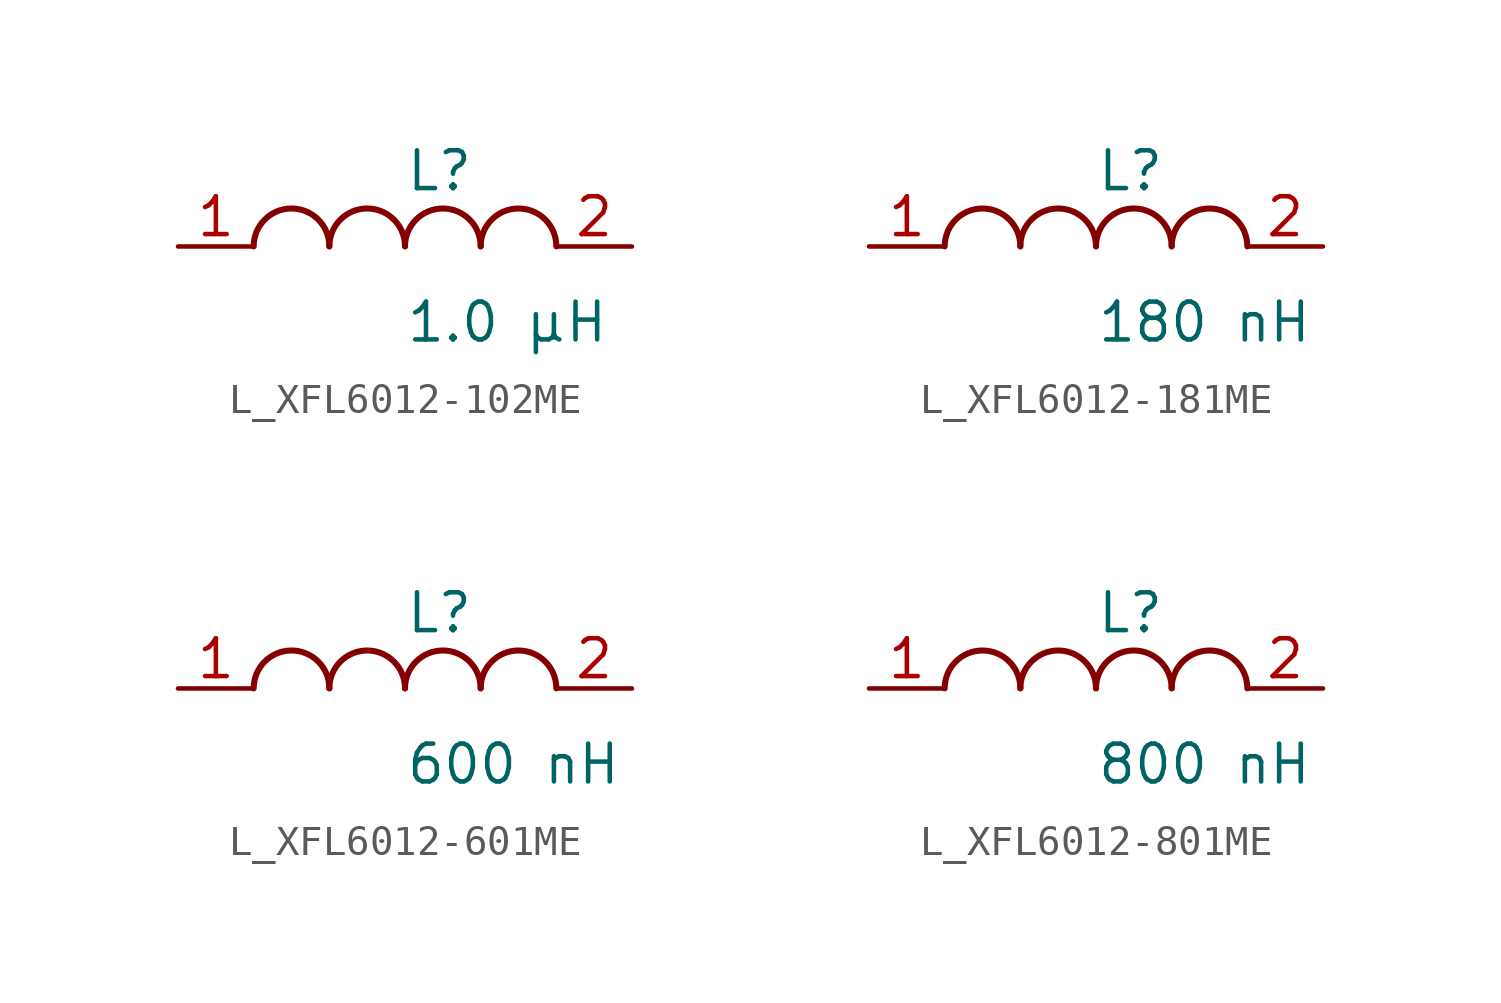
<source format=kicad_sym>
(kicad_symbol_lib
  (version 20231120)
  (generator kicad_symbol_editor)
  (generator_version 8.0)
  (symbol "L_XFL6012-102ME"
    (pin_names
      (offset 0.254))
    (property "Reference" "L"
      (at 0 2.54 0)
      (effects (font (size 1.27 1.27)) (justify left)))
    (property "Value" "1.0 µH"
      (at 0 -2.54 0)
      (effects (font (size 1.27 1.27)) (justify left)))
    (symbol "L_XFL6012-102ME_1_1"
      (arc (start -2.54 0.0056) (mid -3.81 1.27) (end -5.08 0.0056) (stroke (width 0.2032) (type default)) (fill (type none)))
      (arc (start 0 0.0056) (mid -1.27 1.27) (end -2.54 0.0056) (stroke (width 0.2032) (type default)) (fill (type none)))
      (arc (start 2.54 0.0056) (mid 1.27 1.27) (end 0 0.0056) (stroke (width 0.2032) (type default)) (fill (type none)))
      (arc (start 5.08 0.0056) (mid 3.81 1.27) (end 2.54 0.0056) (stroke (width 0.2032) (type default)) (fill (type none)))
      (pin unspecified line (at -7.62 0 0) (length 2.54) (name "" (effects (font (size 1.27 1.27)))) (number "1" (effects (font (size 1.27 1.27)))))
      (pin unspecified line (at 7.62 0 180) (length 2.54) (name "" (effects (font (size 1.27 1.27)))) (number "2" (effects (font (size 1.27 1.27)))))))
  (symbol "L_XFL6012-181ME"
    (pin_names
      (offset 0.254))
    (property "Reference" "L"
      (at 0 2.54 0)
      (effects (font (size 1.27 1.27)) (justify left)))
    (property "Value" "180 nH"
      (at 0 -2.54 0)
      (effects (font (size 1.27 1.27)) (justify left)))
    (symbol "L_XFL6012-181ME_1_1"
      (arc (start -2.54 0.0056) (mid -3.81 1.27) (end -5.08 0.0056) (stroke (width 0.2032) (type default)) (fill (type none)))
      (arc (start 0 0.0056) (mid -1.27 1.27) (end -2.54 0.0056) (stroke (width 0.2032) (type default)) (fill (type none)))
      (arc (start 2.54 0.0056) (mid 1.27 1.27) (end 0 0.0056) (stroke (width 0.2032) (type default)) (fill (type none)))
      (arc (start 5.08 0.0056) (mid 3.81 1.27) (end 2.54 0.0056) (stroke (width 0.2032) (type default)) (fill (type none)))
      (pin unspecified line (at -7.62 0 0) (length 2.54) (name "" (effects (font (size 1.27 1.27)))) (number "1" (effects (font (size 1.27 1.27)))))
      (pin unspecified line (at 7.62 0 180) (length 2.54) (name "" (effects (font (size 1.27 1.27)))) (number "2" (effects (font (size 1.27 1.27)))))))
  (symbol "L_XFL6012-601ME"
    (pin_names
      (offset 0.254))
    (property "Reference" "L"
      (at 0 2.54 0)
      (effects (font (size 1.27 1.27)) (justify left)))
    (property "Value" "600 nH"
      (at 0 -2.54 0)
      (effects (font (size 1.27 1.27)) (justify left)))
    (symbol "L_XFL6012-601ME_1_1"
      (arc (start -2.54 0.0056) (mid -3.81 1.27) (end -5.08 0.0056) (stroke (width 0.2032) (type default)) (fill (type none)))
      (arc (start 0 0.0056) (mid -1.27 1.27) (end -2.54 0.0056) (stroke (width 0.2032) (type default)) (fill (type none)))
      (arc (start 2.54 0.0056) (mid 1.27 1.27) (end 0 0.0056) (stroke (width 0.2032) (type default)) (fill (type none)))
      (arc (start 5.08 0.0056) (mid 3.81 1.27) (end 2.54 0.0056) (stroke (width 0.2032) (type default)) (fill (type none)))
      (pin unspecified line (at -7.62 0 0) (length 2.54) (name "" (effects (font (size 1.27 1.27)))) (number "1" (effects (font (size 1.27 1.27)))))
      (pin unspecified line (at 7.62 0 180) (length 2.54) (name "" (effects (font (size 1.27 1.27)))) (number "2" (effects (font (size 1.27 1.27)))))))
  (symbol "L_XFL6012-801ME"
    (pin_names
      (offset 0.254))
    (property "Reference" "L"
      (at 0 2.54 0)
      (effects (font (size 1.27 1.27)) (justify left)))
    (property "Value" "800 nH"
      (at 0 -2.54 0)
      (effects (font (size 1.27 1.27)) (justify left)))
    (symbol "L_XFL6012-801ME_1_1"
      (arc (start -2.54 0.0056) (mid -3.81 1.27) (end -5.08 0.0056) (stroke (width 0.2032) (type default)) (fill (type none)))
      (arc (start 0 0.0056) (mid -1.27 1.27) (end -2.54 0.0056) (stroke (width 0.2032) (type default)) (fill (type none)))
      (arc (start 2.54 0.0056) (mid 1.27 1.27) (end 0 0.0056) (stroke (width 0.2032) (type default)) (fill (type none)))
      (arc (start 5.08 0.0056) (mid 3.81 1.27) (end 2.54 0.0056) (stroke (width 0.2032) (type default)) (fill (type none)))
      (pin unspecified line (at -7.62 0 0) (length 2.54) (name "" (effects (font (size 1.27 1.27)))) (number "1" (effects (font (size 1.27 1.27)))))
      (pin unspecified line (at 7.62 0 180) (length 2.54) (name "" (effects (font (size 1.27 1.27)))) (number "2" (effects (font (size 1.27 1.27))))))))
</source>
